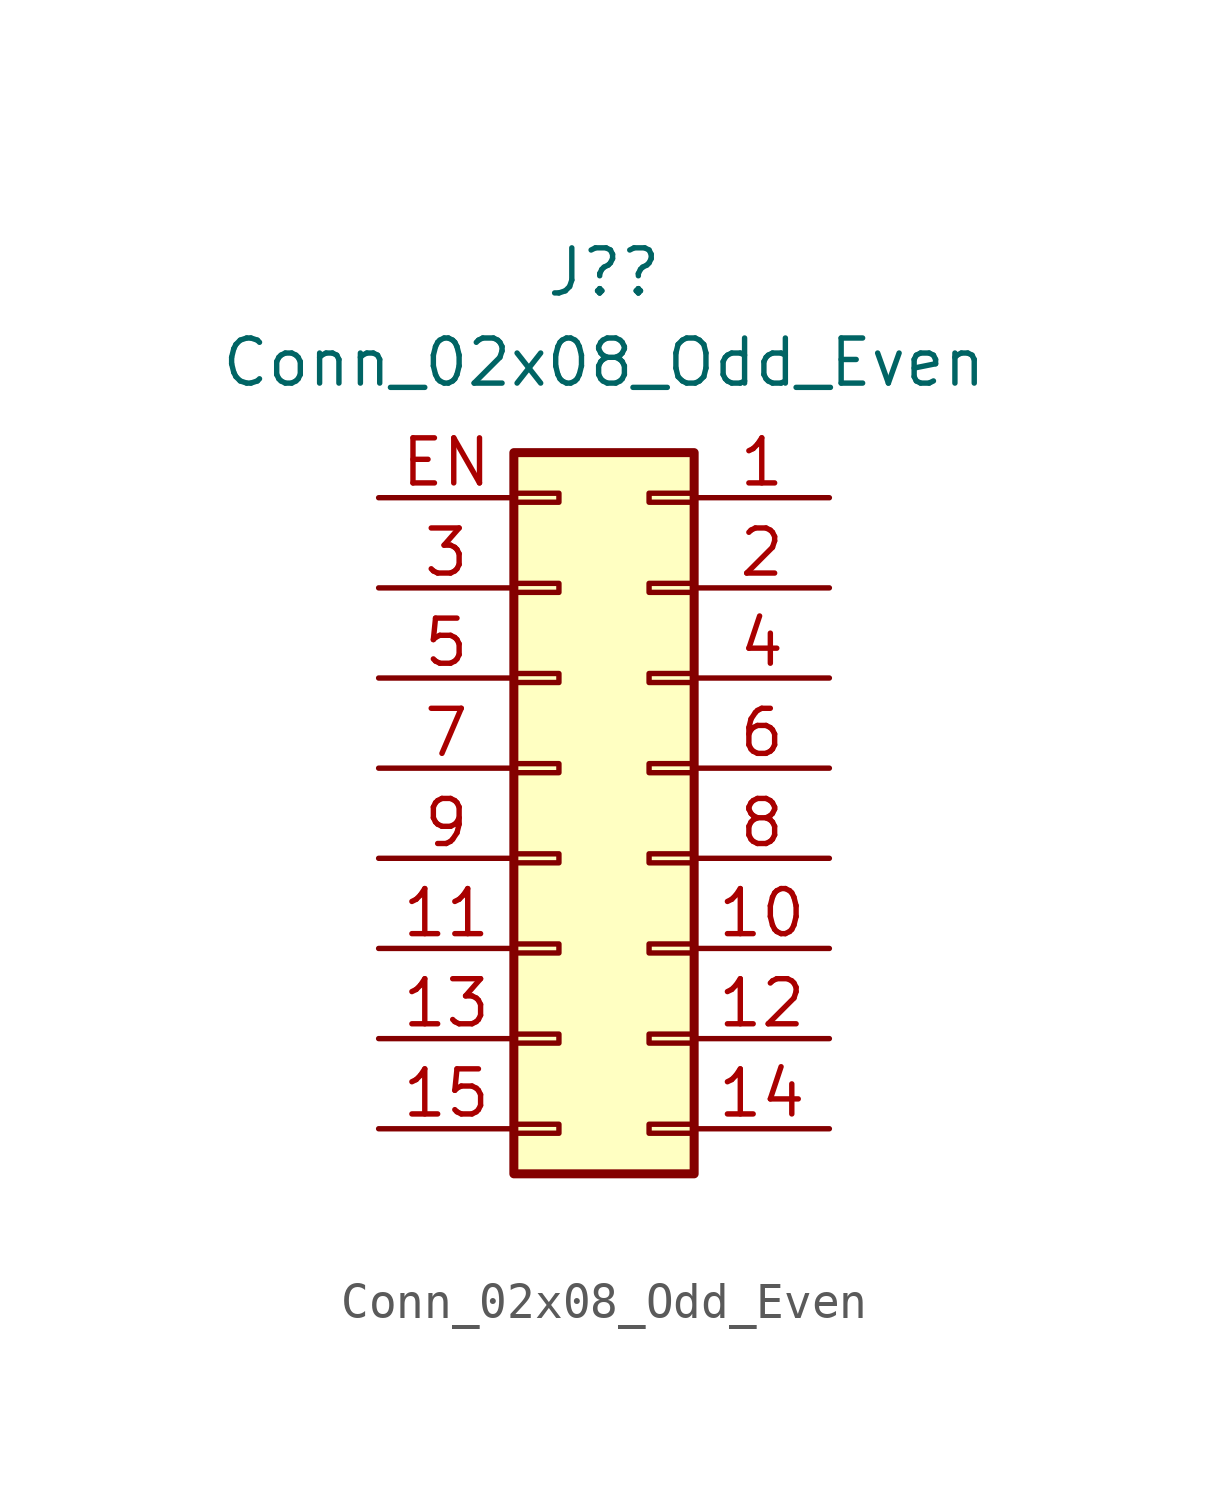
<source format=kicad_sym>
(kicad_symbol_lib
  (version 20211014)
  (generator kicad_symbol_editor)
  (symbol "Conn_02x08_Odd_Even"
    (pin_names
      (offset 1.016) hide)
    (property "Reference" "J?"
      (at 1.27 13.97 0)
      (effects (font (size 1.27 1.27))))
    (property "Value" "Conn_02x08_Odd_Even"
      (at 1.27 11.43 0)
      (effects (font (size 1.27 1.27))))
    (symbol "Conn_02x08_Odd_Even_1_1"
      (rectangle (start -1.27 -10.033) (end 0 -10.287) (stroke (width 0.152) (type default) (color 0 0 0 0)) (fill (type none)))
      (rectangle (start -1.27 -7.493) (end 0 -7.747) (stroke (width 0.152) (type default) (color 0 0 0 0)) (fill (type none)))
      (rectangle (start -1.27 -4.953) (end 0 -5.207) (stroke (width 0.152) (type default) (color 0 0 0 0)) (fill (type none)))
      (rectangle (start -1.27 -2.413) (end 0 -2.667) (stroke (width 0.152) (type default) (color 0 0 0 0)) (fill (type none)))
      (rectangle (start -1.27 0.127) (end 0 -0.127) (stroke (width 0.152) (type default) (color 0 0 0 0)) (fill (type none)))
      (rectangle (start -1.27 2.667) (end 0 2.413) (stroke (width 0.152) (type default) (color 0 0 0 0)) (fill (type none)))
      (rectangle (start -1.27 5.207) (end 0 4.953) (stroke (width 0.152) (type default) (color 0 0 0 0)) (fill (type none)))
      (rectangle (start -1.27 7.747) (end 0 7.493) (stroke (width 0.152) (type default) (color 0 0 0 0)) (fill (type none)))
      (rectangle (start -1.27 8.89) (end 3.81 -11.43) (stroke (width 0.254) (type default) (color 0 0 0 0)) (fill (type background)))
      (rectangle (start 3.81 -10.033) (end 2.54 -10.287) (stroke (width 0.152) (type default) (color 0 0 0 0)) (fill (type none)))
      (rectangle (start 3.81 -7.493) (end 2.54 -7.747) (stroke (width 0.152) (type default) (color 0 0 0 0)) (fill (type none)))
      (rectangle (start 3.81 -4.953) (end 2.54 -5.207) (stroke (width 0.152) (type default) (color 0 0 0 0)) (fill (type none)))
      (rectangle (start 3.81 -2.413) (end 2.54 -2.667) (stroke (width 0.152) (type default) (color 0 0 0 0)) (fill (type none)))
      (rectangle (start 3.81 0.127) (end 2.54 -0.127) (stroke (width 0.152) (type default) (color 0 0 0 0)) (fill (type none)))
      (rectangle (start 3.81 2.667) (end 2.54 2.413) (stroke (width 0.152) (type default) (color 0 0 0 0)) (fill (type none)))
      (rectangle (start 3.81 5.207) (end 2.54 4.953) (stroke (width 0.152) (type default) (color 0 0 0 0)) (fill (type none)))
      (rectangle (start 3.81 7.747) (end 2.54 7.493) (stroke (width 0.152) (type default) (color 0 0 0 0)) (fill (type none)))
      (pin passive line (at 7.62 7.62 180) (length 3.81) (name "Pin_1" (effects (font (size 1.27 1.27)))) (number "1" (effects (font (size 1.27 1.27)))))
      (pin passive line (at 7.62 -5.08 180) (length 3.81) (name "Pin_10" (effects (font (size 1.27 1.27)))) (number "10" (effects (font (size 1.27 1.27)))))
      (pin passive line (at -5.08 -5.08 0) (length 3.81) (name "Pin_11" (effects (font (size 1.27 1.27)))) (number "11" (effects (font (size 1.27 1.27)))))
      (pin passive line (at 7.62 -7.62 180) (length 3.81) (name "Pin_12" (effects (font (size 1.27 1.27)))) (number "12" (effects (font (size 1.27 1.27)))))
      (pin passive line (at -5.08 -7.62 0) (length 3.81) (name "Pin_13" (effects (font (size 1.27 1.27)))) (number "13" (effects (font (size 1.27 1.27)))))
      (pin passive line (at 7.62 -10.16 180) (length 3.81) (name "Pin_14" (effects (font (size 1.27 1.27)))) (number "14" (effects (font (size 1.27 1.27)))))
      (pin passive line (at -5.08 -10.16 0) (length 3.81) (name "Pin_15" (effects (font (size 1.27 1.27)))) (number "15" (effects (font (size 1.27 1.27)))))
      (pin passive line (at 7.62 5.08 180) (length 3.81) (name "Pin_2" (effects (font (size 1.27 1.27)))) (number "2" (effects (font (size 1.27 1.27)))))
      (pin passive line (at -5.08 5.08 0) (length 3.81) (name "Pin_3" (effects (font (size 1.27 1.27)))) (number "3" (effects (font (size 1.27 1.27)))))
      (pin passive line (at 7.62 2.54 180) (length 3.81) (name "Pin_4" (effects (font (size 1.27 1.27)))) (number "4" (effects (font (size 1.27 1.27)))))
      (pin passive line (at -5.08 2.54 0) (length 3.81) (name "Pin_5" (effects (font (size 1.27 1.27)))) (number "5" (effects (font (size 1.27 1.27)))))
      (pin passive line (at 7.62 0 180) (length 3.81) (name "Pin_6" (effects (font (size 1.27 1.27)))) (number "6" (effects (font (size 1.27 1.27)))))
      (pin passive line (at -5.08 0 0) (length 3.81) (name "Pin_7" (effects (font (size 1.27 1.27)))) (number "7" (effects (font (size 1.27 1.27)))))
      (pin passive line (at 7.62 -2.54 180) (length 3.81) (name "Pin_8" (effects (font (size 1.27 1.27)))) (number "8" (effects (font (size 1.27 1.27)))))
      (pin passive line (at -5.08 -2.54 0) (length 3.81) (name "Pin_9" (effects (font (size 1.27 1.27)))) (number "9" (effects (font (size 1.27 1.27)))))
      (pin passive line (at -5.08 7.62 0) (length 3.81) (name "Pin_EN" (effects (font (size 1.27 1.27)))) (number "EN" (effects (font (size 1.27 1.27))))))))
</source>
